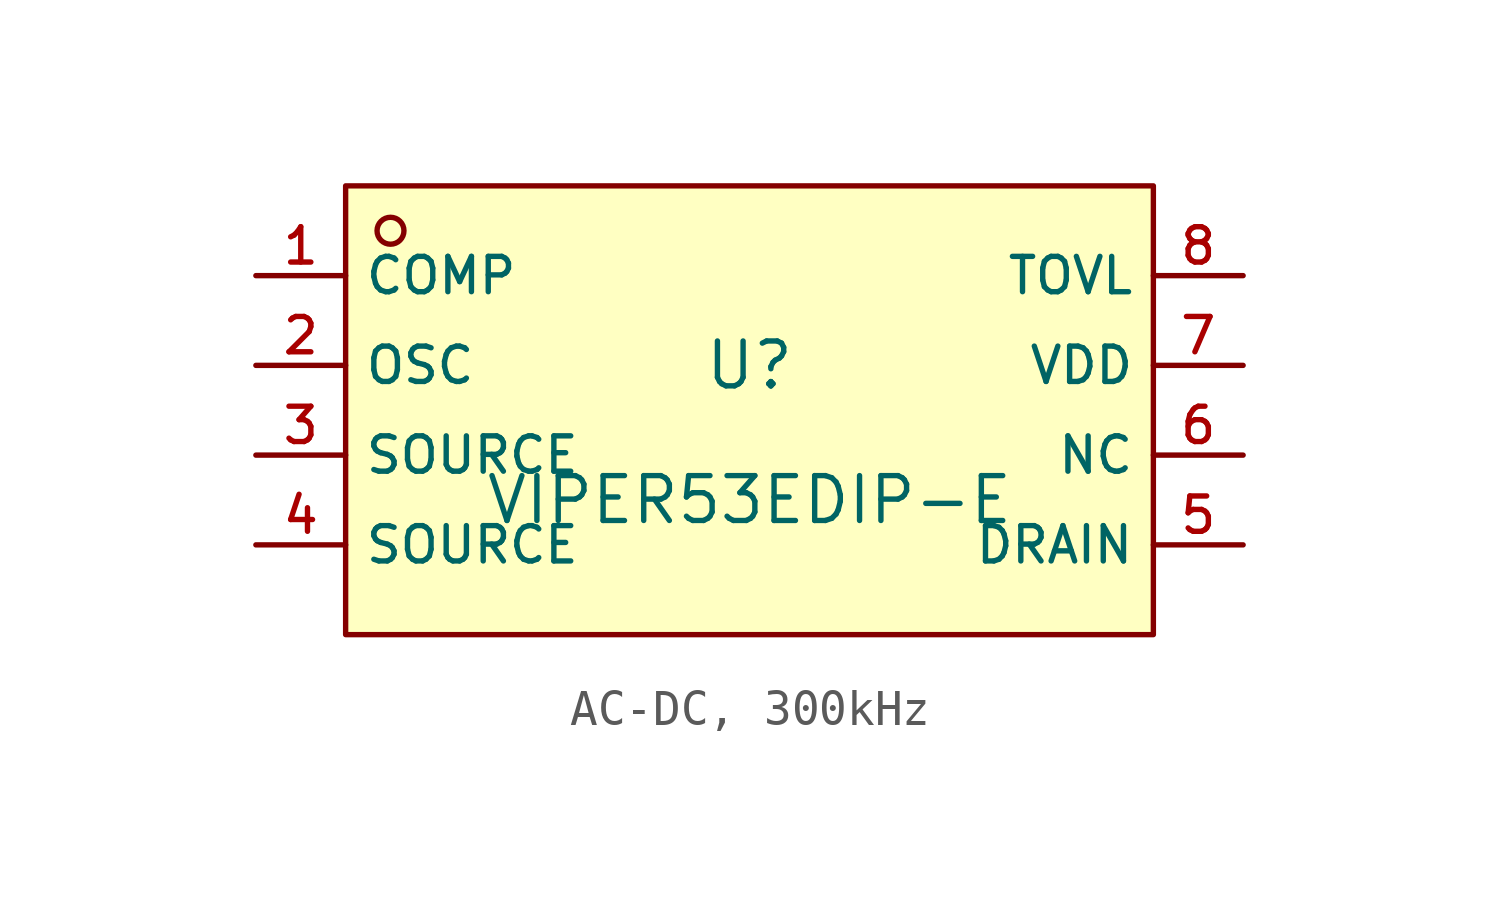
<source format=kicad_sym>
(kicad_symbol_lib
  (version 20231120)
  (generator "CDFER_Archive_Tool")
  (generator_version "0.0")
  (symbol "AC-DC, 300kHz"
    (property "Reference" "U"
      (at -1.27 2.54 0)
      (effects (font (size 1.27 1.27))))
    (property "Value" "VIPER53EDIP-E"
      (at -1.27 -1.27 0)
      (effects (font (size 1.27 1.27))))
    (symbol "AC-DC, 300kHz_0_1"
      (rectangle (start -12.7 7.62) (end 10.16 -5.08) (stroke (width 0) (type default)) (fill (type background)))
      (circle (center -11.43 6.35) (radius 0.381) (stroke (width 0) (type default)) (fill (type background)))
      (pin unspecified line (at -15.24 5.08 0) (length 2.54) (name "COMP" (effects (font (size 1 1)))) (number "1" (effects (font (size 1 1)))))
      (pin unspecified line (at -15.24 2.54 0) (length 2.54) (name "OSC" (effects (font (size 1 1)))) (number "2" (effects (font (size 1 1)))))
      (pin unspecified line (at -15.24 0 0) (length 2.54) (name "SOURCE" (effects (font (size 1 1)))) (number "3" (effects (font (size 1 1)))))
      (pin unspecified line (at -15.24 -2.54 0) (length 2.54) (name "SOURCE" (effects (font (size 1 1)))) (number "4" (effects (font (size 1 1)))))
      (pin unspecified line (at 12.7 -2.54 180) (length 2.54) (name "DRAIN" (effects (font (size 1 1)))) (number "5" (effects (font (size 1 1)))))
      (pin unspecified line (at 12.7 0 180) (length 2.54) (name "NC" (effects (font (size 1 1)))) (number "6" (effects (font (size 1 1)))))
      (pin unspecified line (at 12.7 2.54 180) (length 2.54) (name "VDD" (effects (font (size 1 1)))) (number "7" (effects (font (size 1 1)))))
      (pin unspecified line (at 12.7 5.08 180) (length 2.54) (name "TOVL" (effects (font (size 1 1)))) (number "8" (effects (font (size 1 1))))))))
</source>
